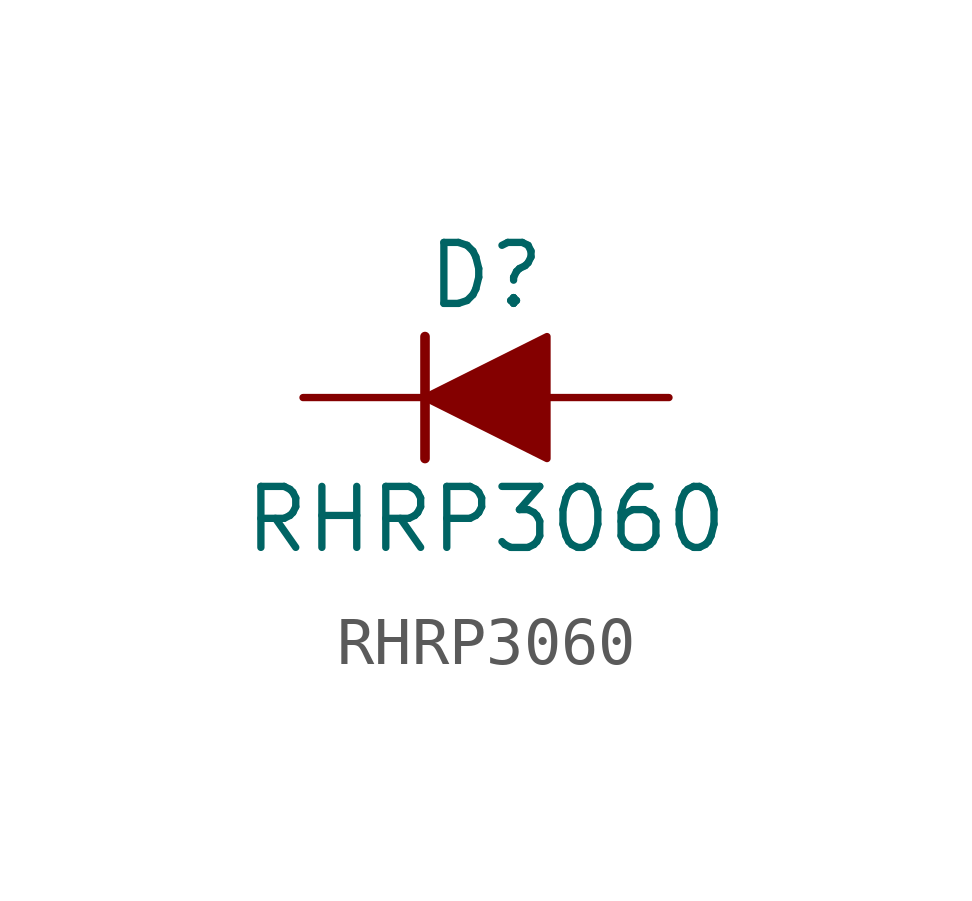
<source format=kicad_sym>
(kicad_symbol_lib
  (version 20211014)
  (generator kicad_symbol_editor)
  (symbol "RHRP3060"
    (pin_numbers hide)
    (pin_names hide)
    (property "Reference" "D"
      (at 0 2.54 0)
      (effects (font (size 1.27 1.27))))
    (property "Value" "RHRP3060"
      (at 0 -2.54 0)
      (effects (font (size 1.27 1.27))))
    (symbol "RHRP3060_0_1"
      (polyline (pts (xy -1.27 1.27) (xy -1.27 -1.27)) (stroke (width 0.2) (type default) (color 0 0 0 0)) (fill (type none)))
      (polyline (pts (xy 1.27 0) (xy 1.27 1.27) (xy -1.27 0) (xy 1.27 -1.27) (xy 1.27 0)) (stroke (width 0) (type default) (color 0 0 0 0)) (fill (type outline))))
    (symbol "RHRP3060_1_1"
      (pin passive line (at -3.81 0 0) (length 2.54) (name "Cathode" (effects (font (size 1.27 1.27)))) (number "1" (effects (font (size 1.27 1.27)))))
      (pin passive line (at 3.81 0 180) (length 2.54) (name "Anode" (effects (font (size 1.27 1.27)))) (number "2" (effects (font (size 1.27 1.27))))))))
</source>
